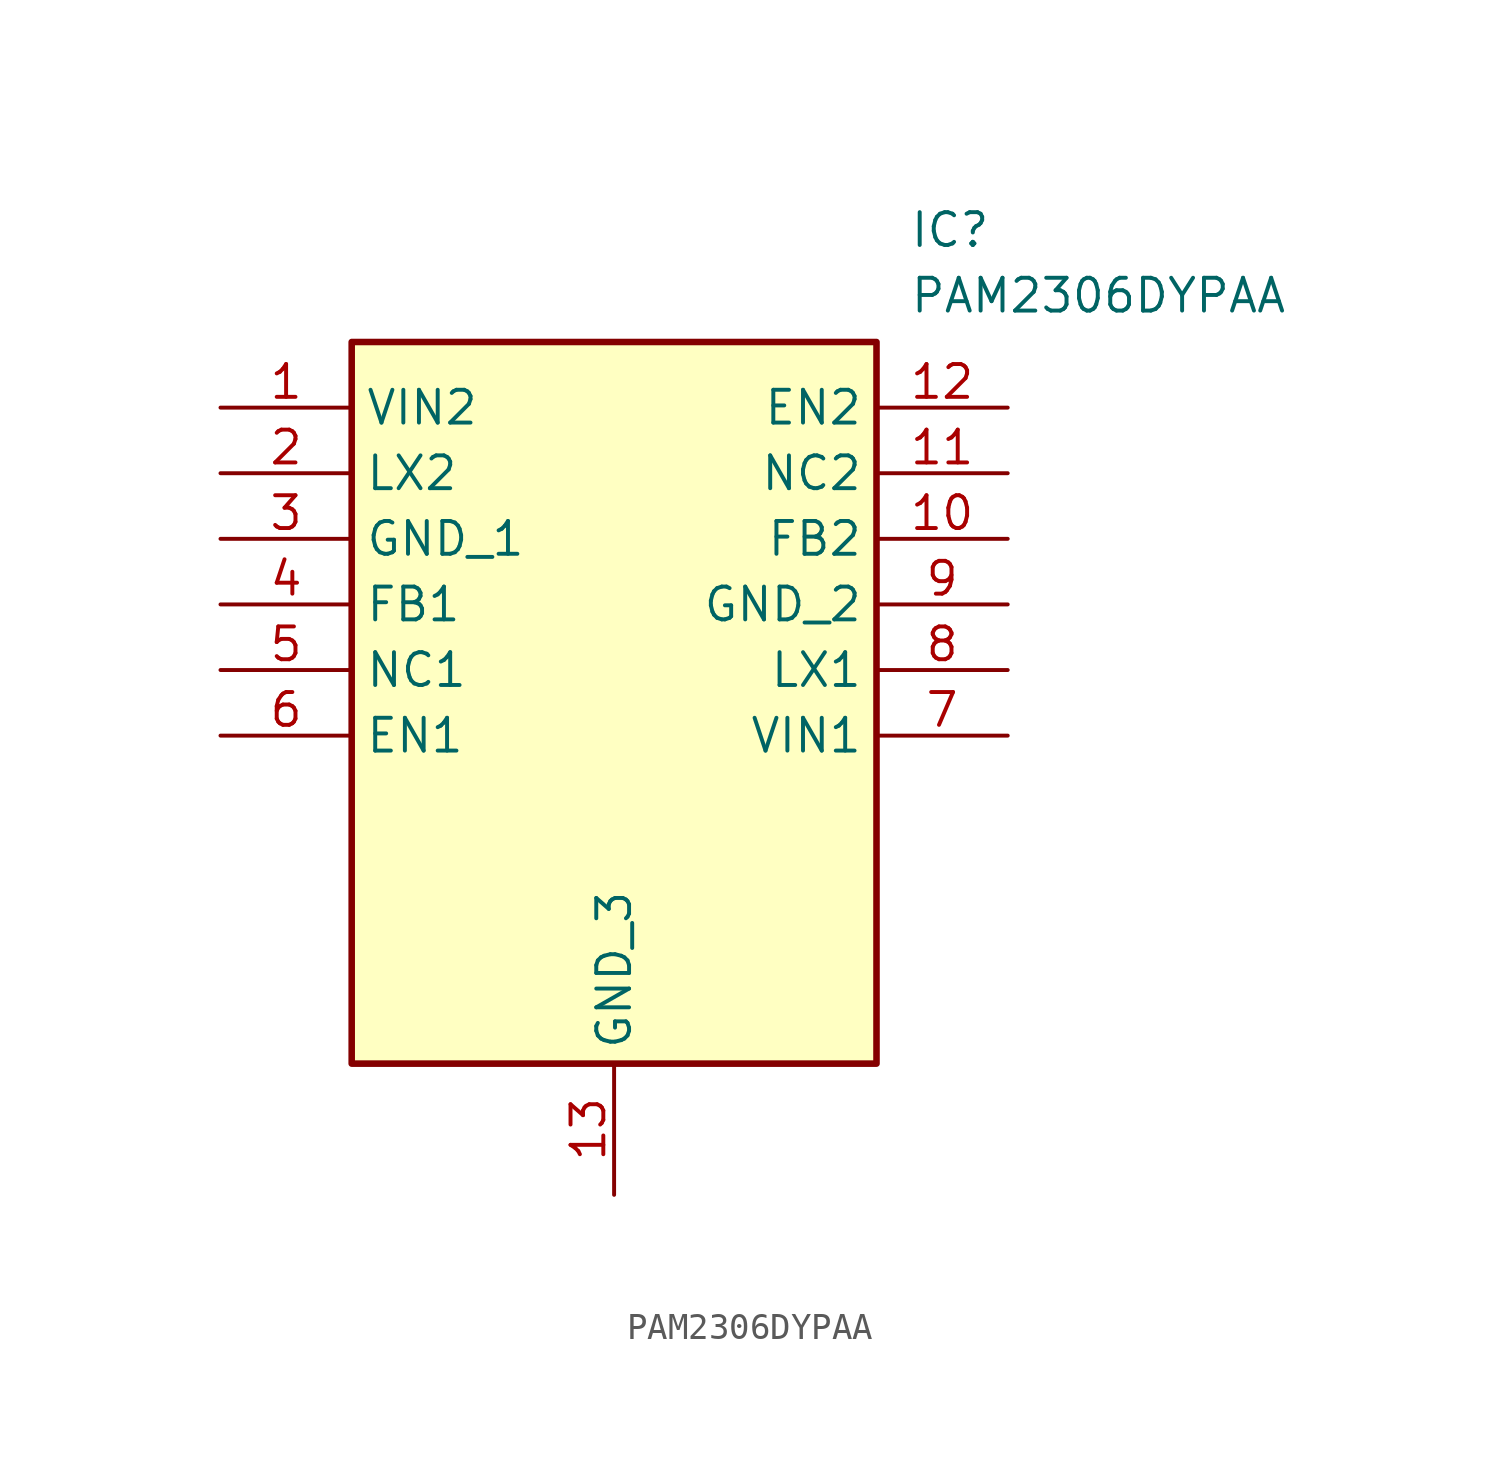
<source format=kicad_sym>
(kicad_symbol_lib
  (version 20211014)
  (generator SamacSys_ECAD_Model)
  (symbol "PAM2306DYPAA"
    (property "Reference" "IC"
      (at 26.67 7.62 0)
      (effects (font (size 1.27 1.27)) (justify left top)))
    (property "Value" "PAM2306DYPAA"
      (at 26.67 5.08 0)
      (effects (font (size 1.27 1.27)) (justify left top)))
    (rectangle
      (start 5.08 2.54)
      (end 25.4 -25.4)
      (stroke (width 0.254) (type default))
      (fill (type background)))
    (pin passive line
      (at 0 0 0)
      (length 5.08)
      (name "VIN2" (effects (font (size 1.27 1.27))))
      (number "1" (effects (font (size 1.27 1.27)))))
    (pin passive line
      (at 0 -2.54 0)
      (length 5.08)
      (name "LX2" (effects (font (size 1.27 1.27))))
      (number "2" (effects (font (size 1.27 1.27)))))
    (pin passive line
      (at 0 -5.08 0)
      (length 5.08)
      (name "GND_1" (effects (font (size 1.27 1.27))))
      (number "3" (effects (font (size 1.27 1.27)))))
    (pin passive line
      (at 0 -7.62 0)
      (length 5.08)
      (name "FB1" (effects (font (size 1.27 1.27))))
      (number "4" (effects (font (size 1.27 1.27)))))
    (pin passive line
      (at 0 -10.16 0)
      (length 5.08)
      (name "NC1" (effects (font (size 1.27 1.27))))
      (number "5" (effects (font (size 1.27 1.27)))))
    (pin passive line
      (at 0 -12.7 0)
      (length 5.08)
      (name "EN1" (effects (font (size 1.27 1.27))))
      (number "6" (effects (font (size 1.27 1.27)))))
    (pin passive line
      (at 15.24 -30.48 90)
      (length 5.08)
      (name "GND_3" (effects (font (size 1.27 1.27))))
      (number "13" (effects (font (size 1.27 1.27)))))
    (pin passive line
      (at 30.48 0 180)
      (length 5.08)
      (name "EN2" (effects (font (size 1.27 1.27))))
      (number "12" (effects (font (size 1.27 1.27)))))
    (pin passive line
      (at 30.48 -2.54 180)
      (length 5.08)
      (name "NC2" (effects (font (size 1.27 1.27))))
      (number "11" (effects (font (size 1.27 1.27)))))
    (pin passive line
      (at 30.48 -5.08 180)
      (length 5.08)
      (name "FB2" (effects (font (size 1.27 1.27))))
      (number "10" (effects (font (size 1.27 1.27)))))
    (pin passive line
      (at 30.48 -7.62 180)
      (length 5.08)
      (name "GND_2" (effects (font (size 1.27 1.27))))
      (number "9" (effects (font (size 1.27 1.27)))))
    (pin passive line
      (at 30.48 -10.16 180)
      (length 5.08)
      (name "LX1" (effects (font (size 1.27 1.27))))
      (number "8" (effects (font (size 1.27 1.27)))))
    (pin passive line
      (at 30.48 -12.7 180)
      (length 5.08)
      (name "VIN1" (effects (font (size 1.27 1.27))))
      (number "7" (effects (font (size 1.27 1.27)))))))
</source>
